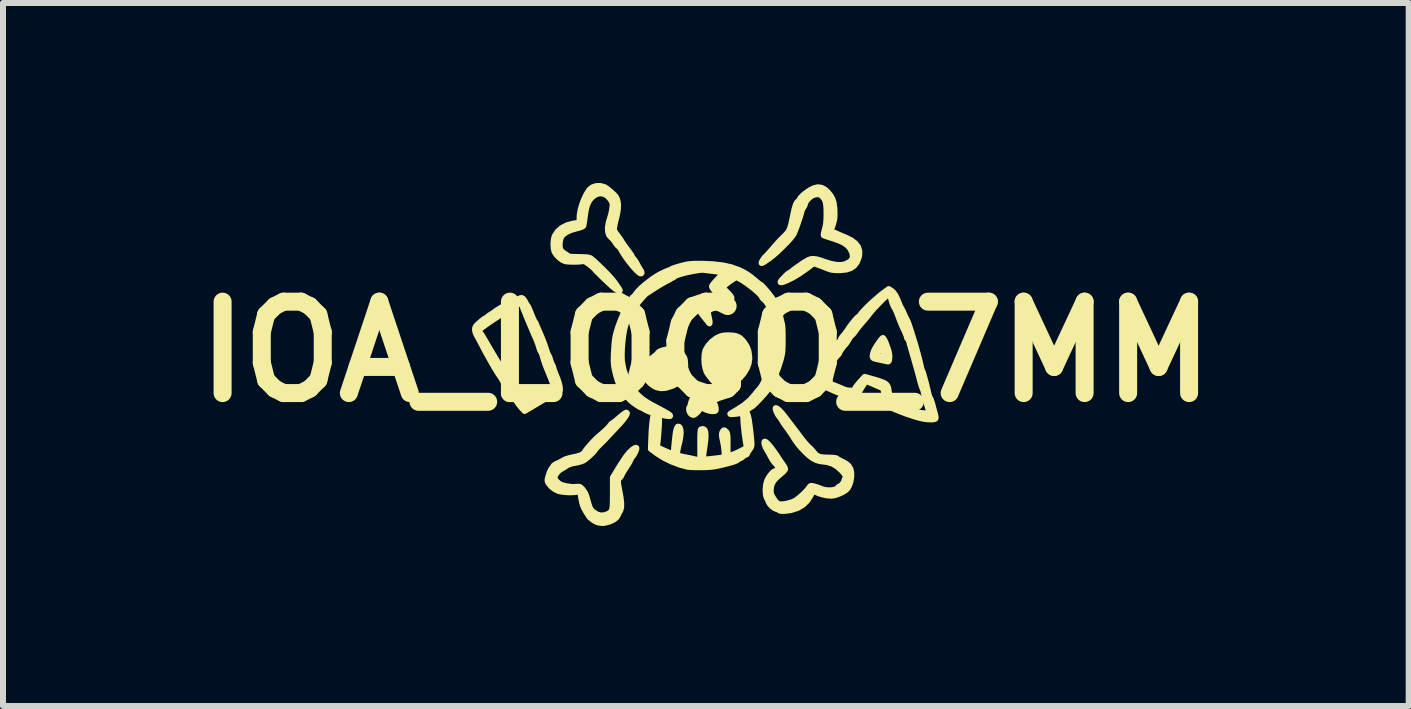
<source format=kicad_pcb>
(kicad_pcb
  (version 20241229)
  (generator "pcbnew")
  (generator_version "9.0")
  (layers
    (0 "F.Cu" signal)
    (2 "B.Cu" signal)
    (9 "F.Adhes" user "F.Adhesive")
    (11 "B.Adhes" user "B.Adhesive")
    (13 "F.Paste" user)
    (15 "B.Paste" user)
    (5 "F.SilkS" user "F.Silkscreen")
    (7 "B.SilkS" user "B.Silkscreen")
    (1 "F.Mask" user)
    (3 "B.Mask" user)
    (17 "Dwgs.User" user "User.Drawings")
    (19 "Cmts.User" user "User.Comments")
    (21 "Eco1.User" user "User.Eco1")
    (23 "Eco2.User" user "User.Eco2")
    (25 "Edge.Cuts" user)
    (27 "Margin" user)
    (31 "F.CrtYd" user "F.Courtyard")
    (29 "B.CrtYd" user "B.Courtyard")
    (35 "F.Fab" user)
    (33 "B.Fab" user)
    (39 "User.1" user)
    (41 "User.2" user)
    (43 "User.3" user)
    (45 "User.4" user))
  (footprint "IOA_LOGO_7MM"
    (layer "F.Cu")
    (at 8.716 2.813)
    (property "Reference" "IOA_LOGO_7MM" (at 0 0 0) (layer "F.SilkS") (effects (font (size 1.524 1.524) (thickness 0.3))))
    (attr through_hole)
    (fp_poly (pts (xy 0.724 0.124) (xy 0.712 0.2) (xy 0.681 0.279) (xy 0.633 0.357) (xy 0.574 0.428) (xy 0.507 0.488) (xy 0.436 0.531) (xy 0.396 0.546) (xy 0.348 0.554) (xy 0.292 0.557) (xy 0.239 0.555) (xy 0.199 0.548) (xy 0.196 0.546) (xy 0.169 0.528) (xy 0.134 0.495) (xy 0.095 0.451) (xy 0.058 0.404) (xy 0.027 0.359) (xy 0.011 0.331) (xy -0.008 0.272) (xy -0.021 0.2) (xy -0.025 0.123) (xy -0.021 0.049) (xy -0.009 -0.012) (xy -0.003 -0.029) (xy 0.041 -0.102) (xy 0.103 -0.17) (xy 0.175 -0.224) (xy 0.201 -0.238) (xy 0.243 -0.256) (xy 0.282 -0.267) (xy 0.327 -0.272) (xy 0.381 -0.273) (xy 0.458 -0.269) (xy 0.517 -0.256) (xy 0.566 -0.231) (xy 0.61 -0.189) (xy 0.64 -0.153) (xy 0.684 -0.083) (xy 0.711 -0.008) (xy 0.723 0.079) (xy 0.724 0.124)) (stroke (width 0.1) (type solid)) (fill yes) (layer "F.SilkS"))
    (fp_poly (pts (xy 0.165 0.96) (xy 0.163 0.979) (xy 0.15 0.988) (xy 0.122 0.99) (xy 0.107 0.991) (xy 0.064 0.985) (xy 0.016 0.971) (xy -0.026 0.952) (xy -0.054 0.932) (xy -0.057 0.927) (xy -0.073 0.915) (xy -0.087 0.922) (xy -0.089 0.933) (xy -0.098 0.954) (xy -0.121 0.984) (xy -0.15 1.015) (xy -0.18 1.04) (xy -0.203 1.053) (xy -0.208 1.054) (xy -0.232 1.046) (xy -0.254 1.029) (xy -0.27 1.002) (xy -0.279 0.968) (xy -0.278 0.938) (xy -0.268 0.922) (xy -0.259 0.906) (xy -0.251 0.875) (xy -0.25 0.867) (xy -0.242 0.838) (xy -0.226 0.796) (xy -0.205 0.747) (xy -0.182 0.697) (xy -0.159 0.65) (xy -0.139 0.612) (xy -0.124 0.589) (xy -0.118 0.584) (xy -0.105 0.593) (xy -0.079 0.616) (xy -0.042 0.651) (xy 0.001 0.694) (xy 0.009 0.702) (xy 0.074 0.77) (xy 0.119 0.829) (xy 0.148 0.88) (xy 0.163 0.928) (xy 0.165 0.96)) (stroke (width 0.1) (type solid)) (fill yes) (layer "F.SilkS"))
    (fp_poly (pts (xy -0.341 0.326) (xy -0.406 0.422) (xy -0.441 0.473) (xy -0.467 0.508) (xy -0.49 0.531) (xy -0.515 0.547) (xy -0.549 0.563) (xy -0.589 0.578) (xy -0.673 0.603) (xy -0.745 0.608) (xy -0.812 0.595) (xy -0.859 0.575) (xy -0.915 0.535) (xy -0.966 0.485) (xy -0.971 0.478) (xy -0.997 0.442) (xy -1.011 0.414) (xy -1.015 0.383) (xy -1.014 0.339) (xy -1.014 0.335) (xy -1.006 0.277) (xy -0.992 0.237) (xy -0.98 0.219) (xy -0.957 0.186) (xy -0.94 0.156) (xy -0.94 0.156) (xy -0.923 0.133) (xy -0.893 0.104) (xy -0.864 0.082) (xy -0.831 0.056) (xy -0.807 0.035) (xy -0.8 0.024) (xy -0.789 0.008) (xy -0.758 -0.009) (xy -0.716 -0.024) (xy -0.668 -0.035) (xy -0.625 -0.038) (xy -0.536 -0.03) (xy -0.463 -0.005) (xy -0.406 0.038) (xy -0.392 0.055) (xy -0.371 0.083) (xy -0.358 0.108) (xy -0.351 0.137) (xy -0.347 0.18) (xy -0.345 0.217) (xy -0.341 0.326)) (stroke (width 0.1) (type solid)) (fill yes) (layer "F.SilkS"))
    (fp_poly (pts (xy 3.059 0.087) (xy 3.056 0.127) (xy 3.049 0.155) (xy 3.038 0.163) (xy 3.023 0.16) (xy 2.988 0.153) (xy 2.979 0.151) (xy 2.979 0.1) (xy 2.977 0.089) (xy 2.974 0.059) (xy 2.968 0.016) (xy 2.967 0.006) (xy 2.96 -0.039) (xy 2.953 -0.073) (xy 2.948 -0.088) (xy 2.947 -0.089) (xy 2.932 -0.079) (xy 2.911 -0.054) (xy 2.887 -0.02) (xy 2.864 0.015) (xy 2.849 0.045) (xy 2.845 0.059) (xy 2.856 0.07) (xy 2.885 0.08) (xy 2.911 0.086) (xy 2.949 0.093) (xy 2.973 0.099) (xy 2.979 0.1) (xy 2.979 0.151) (xy 2.94 0.143) (xy 2.905 0.135) (xy 2.849 0.123) (xy 2.813 0.114) (xy 2.793 0.105) (xy 2.784 0.094) (xy 2.781 0.079) (xy 2.781 0.073) (xy 2.786 0.037) (xy 2.798 -0.004) (xy 2.801 -0.01) (xy 2.818 -0.045) (xy 2.843 -0.087) (xy 2.872 -0.132) (xy 2.901 -0.173) (xy 2.927 -0.206) (xy 2.946 -0.226) (xy 2.952 -0.229) (xy 2.963 -0.217) (xy 2.98 -0.187) (xy 2.999 -0.144) (xy 3.018 -0.094) (xy 3.036 -0.043) (xy 3.05 0.004) (xy 3.057 0.041) (xy 3.057 0.042) (xy 3.059 0.087)) (stroke (width 0.1) (type solid)) (fill yes) (layer "F.SilkS"))
    (fp_poly (pts (xy 2.558 -1.68) (xy 2.556 -1.605) (xy 2.546 -1.566) (xy 2.516 -1.491) (xy 2.472 -1.434) (xy 2.414 -1.394) (xy 2.339 -1.37) (xy 2.245 -1.36) (xy 2.212 -1.359) (xy 2.148 -1.361) (xy 2.098 -1.367) (xy 2.05 -1.381) (xy 2.013 -1.395) (xy 1.958 -1.417) (xy 1.902 -1.438) (xy 1.86 -1.453) (xy 1.797 -1.476) (xy 1.687 -1.393) (xy 1.559 -1.303) (xy 1.441 -1.233) (xy 1.345 -1.187) (xy 1.293 -1.166) (xy 1.261 -1.157) (xy 1.247 -1.159) (xy 1.247 -1.167) (xy 1.258 -1.184) (xy 1.281 -1.211) (xy 1.311 -1.242) (xy 1.342 -1.273) (xy 1.368 -1.297) (xy 1.383 -1.308) (xy 1.385 -1.308) (xy 1.401 -1.316) (xy 1.427 -1.335) (xy 1.438 -1.344) (xy 1.465 -1.366) (xy 1.508 -1.397) (xy 1.559 -1.433) (xy 1.605 -1.465) (xy 1.664 -1.503) (xy 1.711 -1.529) (xy 1.753 -1.544) (xy 1.796 -1.547) (xy 1.844 -1.54) (xy 1.905 -1.523) (xy 1.979 -1.497) (xy 2.087 -1.464) (xy 2.178 -1.447) (xy 2.256 -1.445) (xy 2.324 -1.459) (xy 2.386 -1.49) (xy 2.41 -1.506) (xy 2.442 -1.543) (xy 2.452 -1.59) (xy 2.441 -1.649) (xy 2.431 -1.674) (xy 2.402 -1.728) (xy 2.36 -1.774) (xy 2.303 -1.815) (xy 2.227 -1.851) (xy 2.13 -1.886) (xy 2.108 -1.893) (xy 2.053 -1.91) (xy 2.008 -1.925) (xy 1.977 -1.936) (xy 1.966 -1.941) (xy 1.965 -1.957) (xy 1.971 -1.989) (xy 1.982 -2.033) (xy 1.984 -2.038) (xy 1.996 -2.088) (xy 2.005 -2.142) (xy 2.01 -2.205) (xy 2.012 -2.287) (xy 2.012 -2.292) (xy 2.011 -2.38) (xy 2.006 -2.446) (xy 1.997 -2.497) (xy 1.982 -2.538) (xy 1.959 -2.572) (xy 1.944 -2.59) (xy 1.906 -2.619) (xy 1.864 -2.628) (xy 1.811 -2.619) (xy 1.775 -2.605) (xy 1.737 -2.581) (xy 1.7 -2.546) (xy 1.669 -2.507) (xy 1.653 -2.471) (xy 1.651 -2.459) (xy 1.644 -2.437) (xy 1.628 -2.412) (xy 1.607 -2.376) (xy 1.595 -2.343) (xy 1.583 -2.297) (xy 1.565 -2.237) (xy 1.542 -2.17) (xy 1.519 -2.102) (xy 1.496 -2.041) (xy 1.477 -1.992) (xy 1.466 -1.968) (xy 1.442 -1.932) (xy 1.406 -1.886) (xy 1.354 -1.829) (xy 1.286 -1.76) (xy 1.2 -1.676) (xy 1.192 -1.669) (xy 1.153 -1.634) (xy 1.108 -1.597) (xy 1.06 -1.56) (xy 1.013 -1.527) (xy 0.974 -1.5) (xy 0.944 -1.483) (xy 0.93 -1.479) (xy 0.93 -1.479) (xy 0.932 -1.493) (xy 0.945 -1.518) (xy 0.964 -1.547) (xy 0.983 -1.572) (xy 0.996 -1.584) (xy 1.01 -1.597) (xy 1.037 -1.626) (xy 1.072 -1.666) (xy 1.112 -1.712) (xy 1.114 -1.714) (xy 1.16 -1.768) (xy 1.208 -1.821) (xy 1.25 -1.866) (xy 1.278 -1.894) (xy 1.318 -1.933) (xy 1.349 -1.966) (xy 1.374 -1.997) (xy 1.393 -2.031) (xy 1.409 -2.073) (xy 1.424 -2.126) (xy 1.439 -2.195) (xy 1.458 -2.284) (xy 1.46 -2.297) (xy 1.48 -2.384) (xy 1.499 -2.447) (xy 1.519 -2.488) (xy 1.54 -2.508) (xy 1.543 -2.51) (xy 1.559 -2.526) (xy 1.567 -2.544) (xy 1.58 -2.565) (xy 1.608 -2.595) (xy 1.645 -2.628) (xy 1.647 -2.63) (xy 1.73 -2.689) (xy 1.802 -2.726) (xy 1.867 -2.741) (xy 1.927 -2.733) (xy 1.983 -2.704) (xy 2.032 -2.659) (xy 2.078 -2.603) (xy 2.11 -2.546) (xy 2.13 -2.483) (xy 2.141 -2.405) (xy 2.144 -2.353) (xy 2.145 -2.284) (xy 2.143 -2.231) (xy 2.135 -2.185) (xy 2.122 -2.135) (xy 2.107 -2.09) (xy 2.093 -2.056) (xy 2.083 -2.038) (xy 2.082 -2.038) (xy 2.078 -2.024) (xy 2.088 -2.006) (xy 2.106 -1.995) (xy 2.112 -1.994) (xy 2.13 -1.989) (xy 2.162 -1.976) (xy 2.177 -1.969) (xy 2.214 -1.952) (xy 2.265 -1.93) (xy 2.319 -1.908) (xy 2.329 -1.904) (xy 2.422 -1.858) (xy 2.491 -1.806) (xy 2.536 -1.747) (xy 2.558 -1.68)) (stroke (width 0.1) (type solid)) (fill yes) (layer "F.SilkS"))
    (fp_poly (pts (xy -1.072 -1.313) (xy -1.077 -1.306) (xy -1.092 -1.307) (xy -1.119 -1.326) (xy -1.155 -1.359) (xy -1.197 -1.404) (xy -1.242 -1.458) (xy -1.288 -1.516) (xy -1.332 -1.576) (xy -1.371 -1.634) (xy -1.402 -1.688) (xy -1.407 -1.697) (xy -1.428 -1.73) (xy -1.447 -1.753) (xy -1.453 -1.757) (xy -1.47 -1.771) (xy -1.494 -1.801) (xy -1.511 -1.827) (xy -1.538 -1.866) (xy -1.566 -1.897) (xy -1.581 -1.91) (xy -1.613 -1.946) (xy -1.63 -2) (xy -1.633 -2.069) (xy -1.619 -2.151) (xy -1.6 -2.217) (xy -1.579 -2.287) (xy -1.564 -2.357) (xy -1.555 -2.419) (xy -1.554 -2.467) (xy -1.556 -2.479) (xy -1.574 -2.519) (xy -1.607 -2.564) (xy -1.647 -2.603) (xy -1.678 -2.623) (xy -1.739 -2.641) (xy -1.802 -2.635) (xy -1.863 -2.605) (xy -1.865 -2.603) (xy -1.914 -2.56) (xy -1.953 -2.506) (xy -1.982 -2.44) (xy -2.003 -2.356) (xy -2.019 -2.251) (xy -2.021 -2.236) (xy -2.027 -2.182) (xy -2.035 -2.136) (xy -2.041 -2.105) (xy -2.044 -2.097) (xy -2.062 -2.085) (xy -2.099 -2.071) (xy -2.151 -2.057) (xy -2.161 -2.055) (xy -2.255 -2.027) (xy -2.332 -1.99) (xy -2.39 -1.945) (xy -2.405 -1.927) (xy -2.422 -1.889) (xy -2.434 -1.836) (xy -2.438 -1.778) (xy -2.433 -1.726) (xy -2.426 -1.704) (xy -2.406 -1.674) (xy -2.373 -1.646) (xy -2.363 -1.64) (xy -2.33 -1.62) (xy -2.305 -1.601) (xy -2.301 -1.596) (xy -2.286 -1.589) (xy -2.255 -1.583) (xy -2.205 -1.58) (xy -2.133 -1.579) (xy -2.123 -1.578) (xy -2.046 -1.577) (xy -1.99 -1.574) (xy -1.952 -1.568) (xy -1.925 -1.559) (xy -1.923 -1.558) (xy -1.901 -1.542) (xy -1.865 -1.511) (xy -1.82 -1.469) (xy -1.768 -1.419) (xy -1.713 -1.366) (xy -1.66 -1.312) (xy -1.612 -1.261) (xy -1.572 -1.218) (xy -1.572 -1.217) (xy -1.546 -1.186) (xy -1.517 -1.147) (xy -1.487 -1.105) (xy -1.461 -1.067) (xy -1.442 -1.037) (xy -1.435 -1.021) (xy -1.435 -1.021) (xy -1.444 -1.016) (xy -1.472 -1.028) (xy -1.501 -1.045) (xy -1.524 -1.062) (xy -1.561 -1.093) (xy -1.607 -1.135) (xy -1.659 -1.184) (xy -1.712 -1.234) (xy -1.763 -1.284) (xy -1.807 -1.328) (xy -1.841 -1.363) (xy -1.858 -1.383) (xy -1.875 -1.401) (xy -1.907 -1.428) (xy -1.946 -1.459) (xy -1.949 -1.462) (xy -1.992 -1.492) (xy -2.022 -1.508) (xy -2.044 -1.513) (xy -2.057 -1.51) (xy -2.094 -1.504) (xy -2.146 -1.501) (xy -2.208 -1.5) (xy -2.269 -1.502) (xy -2.321 -1.506) (xy -2.352 -1.512) (xy -2.395 -1.533) (xy -2.442 -1.569) (xy -2.486 -1.613) (xy -2.517 -1.658) (xy -2.525 -1.676) (xy -2.536 -1.728) (xy -2.54 -1.791) (xy -2.536 -1.855) (xy -2.525 -1.909) (xy -2.518 -1.928) (xy -2.469 -2.003) (xy -2.4 -2.063) (xy -2.314 -2.108) (xy -2.212 -2.135) (xy -2.175 -2.141) (xy -2.1 -2.149) (xy -2.105 -2.208) (xy -2.103 -2.276) (xy -2.089 -2.357) (xy -2.065 -2.446) (xy -2.032 -2.534) (xy -1.994 -2.615) (xy -1.953 -2.682) (xy -1.938 -2.702) (xy -1.889 -2.741) (xy -1.828 -2.761) (xy -1.761 -2.763) (xy -1.693 -2.745) (xy -1.677 -2.737) (xy -1.652 -2.72) (xy -1.616 -2.692) (xy -1.576 -2.657) (xy -1.567 -2.649) (xy -1.525 -2.61) (xy -1.499 -2.578) (xy -1.483 -2.547) (xy -1.473 -2.513) (xy -1.464 -2.458) (xy -1.465 -2.396) (xy -1.474 -2.323) (xy -1.494 -2.233) (xy -1.507 -2.182) (xy -1.52 -2.127) (xy -1.529 -2.077) (xy -1.533 -2.042) (xy -1.532 -2.03) (xy -1.52 -2.004) (xy -1.497 -1.968) (xy -1.474 -1.937) (xy -1.445 -1.899) (xy -1.422 -1.866) (xy -1.411 -1.848) (xy -1.399 -1.827) (xy -1.375 -1.792) (xy -1.343 -1.747) (xy -1.316 -1.71) (xy -1.282 -1.664) (xy -1.254 -1.625) (xy -1.237 -1.598) (xy -1.232 -1.587) (xy -1.224 -1.57) (xy -1.207 -1.55) (xy -1.186 -1.523) (xy -1.162 -1.486) (xy -1.154 -1.471) (xy -1.129 -1.425) (xy -1.101 -1.378) (xy -1.095 -1.368) (xy -1.075 -1.334) (xy -1.072 -1.313)) (stroke (width 0.1) (type solid)) (fill yes) (layer "F.SilkS"))
    (fp_poly (pts (xy 2.424 2.019) (xy 2.423 2.089) (xy 2.411 2.163) (xy 2.388 2.23) (xy 2.36 2.279) (xy 2.324 2.312) (xy 2.271 2.344) (xy 2.209 2.372) (xy 2.147 2.392) (xy 2.093 2.4) (xy 2.089 2.4) (xy 2.022 2.395) (xy 1.948 2.38) (xy 1.879 2.358) (xy 1.83 2.336) (xy 1.803 2.321) (xy 1.786 2.314) (xy 1.785 2.314) (xy 1.779 2.327) (xy 1.765 2.355) (xy 1.748 2.39) (xy 1.692 2.48) (xy 1.618 2.552) (xy 1.528 2.605) (xy 1.423 2.638) (xy 1.401 2.642) (xy 1.334 2.651) (xy 1.279 2.654) (xy 1.242 2.651) (xy 1.226 2.643) (xy 1.21 2.632) (xy 1.181 2.622) (xy 1.141 2.605) (xy 1.1 2.573) (xy 1.066 2.535) (xy 1.048 2.502) (xy 1.034 2.467) (xy 1.018 2.438) (xy 1.004 2.399) (xy 0.997 2.343) (xy 0.997 2.279) (xy 1.005 2.215) (xy 1.019 2.158) (xy 1.026 2.14) (xy 1.051 2.096) (xy 1.081 2.054) (xy 1.111 2.019) (xy 1.138 1.998) (xy 1.15 1.994) (xy 1.171 1.986) (xy 1.194 1.971) (xy 1.213 1.954) (xy 1.215 1.939) (xy 1.203 1.915) (xy 1.2 1.91) (xy 1.175 1.876) (xy 1.149 1.848) (xy 1.129 1.824) (xy 1.104 1.785) (xy 1.079 1.74) (xy 1.079 1.74) (xy 1.055 1.694) (xy 1.032 1.653) (xy 1.015 1.626) (xy 0.997 1.592) (xy 0.983 1.556) (xy 0.976 1.523) (xy 0.977 1.503) (xy 0.983 1.499) (xy 1.005 1.509) (xy 1.037 1.54) (xy 1.078 1.588) (xy 1.125 1.651) (xy 1.174 1.721) (xy 1.21 1.775) (xy 1.244 1.826) (xy 1.273 1.868) (xy 1.289 1.891) (xy 1.309 1.923) (xy 1.32 1.951) (xy 1.321 1.957) (xy 1.311 1.974) (xy 1.286 2.002) (xy 1.249 2.035) (xy 1.238 2.044) (xy 1.172 2.101) (xy 1.126 2.154) (xy 1.098 2.208) (xy 1.084 2.268) (xy 1.082 2.291) (xy 1.081 2.337) (xy 1.087 2.372) (xy 1.102 2.406) (xy 1.12 2.437) (xy 1.155 2.491) (xy 1.187 2.525) (xy 1.22 2.542) (xy 1.262 2.546) (xy 1.315 2.54) (xy 1.373 2.528) (xy 1.432 2.51) (xy 1.47 2.496) (xy 1.514 2.469) (xy 1.567 2.428) (xy 1.623 2.378) (xy 1.675 2.325) (xy 1.717 2.275) (xy 1.722 2.268) (xy 1.738 2.246) (xy 1.753 2.237) (xy 1.776 2.239) (xy 1.81 2.247) (xy 1.86 2.262) (xy 1.91 2.281) (xy 1.925 2.288) (xy 1.973 2.303) (xy 2.029 2.31) (xy 2.086 2.31) (xy 2.138 2.303) (xy 2.178 2.289) (xy 2.201 2.269) (xy 2.202 2.266) (xy 2.219 2.25) (xy 2.228 2.248) (xy 2.247 2.238) (xy 2.272 2.213) (xy 2.295 2.183) (xy 2.309 2.154) (xy 2.311 2.143) (xy 2.318 2.12) (xy 2.324 2.115) (xy 2.337 2.094) (xy 2.327 2.061) (xy 2.296 2.015) (xy 2.265 1.98) (xy 2.19 1.913) (xy 2.113 1.867) (xy 2.028 1.84) (xy 1.959 1.831) (xy 1.891 1.821) (xy 1.83 1.801) (xy 1.773 1.769) (xy 1.712 1.722) (xy 1.645 1.658) (xy 1.577 1.585) (xy 1.521 1.516) (xy 1.47 1.441) (xy 1.448 1.404) (xy 1.424 1.367) (xy 1.391 1.32) (xy 1.357 1.272) (xy 1.355 1.27) (xy 1.322 1.225) (xy 1.294 1.184) (xy 1.275 1.153) (xy 1.274 1.15) (xy 1.25 1.112) (xy 1.225 1.079) (xy 1.206 1.054) (xy 1.188 1.021) (xy 1.173 0.986) (xy 1.164 0.958) (xy 1.164 0.941) (xy 1.167 0.94) (xy 1.19 0.95) (xy 1.225 0.979) (xy 1.267 1.024) (xy 1.315 1.083) (xy 1.319 1.089) (xy 1.355 1.136) (xy 1.389 1.181) (xy 1.416 1.215) (xy 1.422 1.224) (xy 1.442 1.249) (xy 1.472 1.29) (xy 1.511 1.341) (xy 1.553 1.397) (xy 1.565 1.413) (xy 1.608 1.469) (xy 1.65 1.52) (xy 1.686 1.561) (xy 1.713 1.589) (xy 1.719 1.593) (xy 1.754 1.626) (xy 1.789 1.666) (xy 1.797 1.676) (xy 1.827 1.713) (xy 1.862 1.739) (xy 1.906 1.755) (xy 1.964 1.763) (xy 2.042 1.765) (xy 2.043 1.765) (xy 2.106 1.767) (xy 2.151 1.771) (xy 2.176 1.777) (xy 2.179 1.779) (xy 2.194 1.791) (xy 2.226 1.809) (xy 2.265 1.828) (xy 2.333 1.865) (xy 2.379 1.904) (xy 2.408 1.951) (xy 2.412 1.96) (xy 2.424 2.019)) (stroke (width 0.1) (type solid)) (fill yes) (layer "F.SilkS"))
    (fp_poly (pts (xy -1.159 1.605) (xy -1.159 1.621) (xy -1.169 1.65) (xy -1.184 1.685) (xy -1.202 1.717) (xy -1.219 1.74) (xy -1.22 1.74) (xy -1.238 1.765) (xy -1.256 1.799) (xy -1.257 1.802) (xy -1.273 1.835) (xy -1.299 1.878) (xy -1.328 1.924) (xy -1.328 1.924) (xy -1.358 1.97) (xy -1.385 2.015) (xy -1.402 2.049) (xy -1.417 2.078) (xy -1.43 2.095) (xy -1.433 2.095) (xy -1.446 2.106) (xy -1.459 2.13) (xy -1.464 2.151) (xy -1.465 2.178) (xy -1.461 2.217) (xy -1.451 2.273) (xy -1.442 2.318) (xy -1.421 2.431) (xy -1.411 2.523) (xy -1.412 2.592) (xy -1.424 2.641) (xy -1.432 2.655) (xy -1.453 2.691) (xy -1.467 2.724) (xy -1.493 2.765) (xy -1.543 2.802) (xy -1.611 2.832) (xy -1.632 2.838) (xy -1.68 2.85) (xy -1.717 2.855) (xy -1.755 2.852) (xy -1.793 2.846) (xy -1.834 2.831) (xy -1.874 2.807) (xy -1.878 2.804) (xy -1.905 2.782) (xy -1.925 2.768) (xy -1.927 2.767) (xy -1.938 2.754) (xy -1.958 2.725) (xy -1.984 2.685) (xy -1.996 2.664) (xy -2.028 2.608) (xy -2.049 2.559) (xy -2.064 2.505) (xy -2.075 2.447) (xy -2.084 2.395) (xy -2.091 2.352) (xy -2.095 2.325) (xy -2.095 2.319) (xy -2.105 2.318) (xy -2.124 2.327) (xy -2.156 2.336) (xy -2.206 2.341) (xy -2.266 2.343) (xy -2.331 2.34) (xy -2.393 2.334) (xy -2.444 2.324) (xy -2.459 2.32) (xy -2.522 2.288) (xy -2.581 2.241) (xy -2.624 2.186) (xy -2.629 2.178) (xy -2.637 2.158) (xy -2.638 2.135) (xy -2.631 2.102) (xy -2.619 2.059) (xy -2.602 2.011) (xy -2.583 1.969) (xy -2.566 1.944) (xy -2.566 1.944) (xy -2.547 1.921) (xy -2.54 1.904) (xy -2.529 1.893) (xy -2.501 1.875) (xy -2.468 1.859) (xy -2.423 1.838) (xy -2.383 1.817) (xy -2.363 1.804) (xy -2.336 1.792) (xy -2.292 1.778) (xy -2.238 1.764) (xy -2.216 1.76) (xy -2.142 1.744) (xy -2.089 1.727) (xy -2.052 1.709) (xy -2.027 1.686) (xy -2.012 1.662) (xy -1.995 1.637) (xy -1.965 1.6) (xy -1.926 1.555) (xy -1.884 1.508) (xy -1.842 1.465) (xy -1.807 1.431) (xy -1.798 1.424) (xy -1.724 1.359) (xy -1.668 1.309) (xy -1.628 1.27) (xy -1.603 1.241) (xy -1.596 1.231) (xy -1.577 1.206) (xy -1.562 1.194) (xy -1.561 1.194) (xy -1.547 1.186) (xy -1.519 1.165) (xy -1.481 1.134) (xy -1.447 1.105) (xy -1.403 1.068) (xy -1.365 1.039) (xy -1.337 1.021) (xy -1.326 1.016) (xy -1.316 1.024) (xy -1.323 1.049) (xy -1.347 1.087) (xy -1.384 1.137) (xy -1.435 1.197) (xy -1.497 1.263) (xy -1.546 1.315) (xy -1.591 1.363) (xy -1.628 1.402) (xy -1.653 1.429) (xy -1.659 1.436) (xy -1.68 1.459) (xy -1.714 1.493) (xy -1.754 1.533) (xy -1.77 1.549) (xy -1.807 1.586) (xy -1.835 1.617) (xy -1.852 1.637) (xy -1.854 1.641) (xy -1.863 1.656) (xy -1.887 1.682) (xy -1.921 1.715) (xy -1.959 1.75) (xy -1.997 1.781) (xy -2.029 1.805) (xy -2.044 1.814) (xy -2.085 1.83) (xy -2.135 1.844) (xy -2.153 1.847) (xy -2.237 1.863) (xy -2.299 1.885) (xy -2.33 1.904) (xy -2.358 1.923) (xy -2.395 1.944) (xy -2.405 1.949) (xy -2.459 1.987) (xy -2.5 2.038) (xy -2.521 2.086) (xy -2.524 2.11) (xy -2.514 2.132) (xy -2.49 2.161) (xy -2.481 2.17) (xy -2.45 2.197) (xy -2.419 2.216) (xy -2.377 2.23) (xy -2.333 2.241) (xy -2.24 2.255) (xy -2.168 2.254) (xy -2.128 2.25) (xy -2.103 2.253) (xy -2.082 2.268) (xy -2.054 2.297) (xy -2.008 2.366) (xy -1.988 2.422) (xy -1.967 2.498) (xy -1.951 2.553) (xy -1.937 2.593) (xy -1.924 2.621) (xy -1.909 2.642) (xy -1.892 2.66) (xy -1.884 2.667) (xy -1.818 2.711) (xy -1.751 2.731) (xy -1.682 2.724) (xy -1.643 2.71) (xy -1.614 2.695) (xy -1.591 2.68) (xy -1.575 2.66) (xy -1.563 2.633) (xy -1.556 2.596) (xy -1.552 2.544) (xy -1.55 2.474) (xy -1.549 2.383) (xy -1.549 2.361) (xy -1.549 2.097) (xy -1.458 1.947) (xy -1.418 1.883) (xy -1.376 1.819) (xy -1.337 1.761) (xy -1.305 1.718) (xy -1.304 1.717) (xy -1.265 1.672) (xy -1.227 1.636) (xy -1.193 1.612) (xy -1.168 1.602) (xy -1.159 1.605)) (stroke (width 0.1) (type solid)) (fill yes) (layer "F.SilkS"))
    (fp_poly (pts (xy -2.432 0.638) (xy -2.534 0.699) (xy -2.534 0.59) (xy -2.538 0.566) (xy -2.549 0.532) (xy -2.566 0.484) (xy -2.592 0.419) (xy -2.626 0.335) (xy -2.64 0.301) (xy -2.665 0.239) (xy -2.688 0.175) (xy -2.706 0.12) (xy -2.712 0.098) (xy -2.725 0.053) (xy -2.739 0.017) (xy -2.749 0) (xy -2.761 -0.023) (xy -2.775 -0.06) (xy -2.781 -0.083) (xy -2.796 -0.129) (xy -2.816 -0.184) (xy -2.835 -0.229) (xy -2.86 -0.284) (xy -2.889 -0.353) (xy -2.922 -0.43) (xy -2.956 -0.51) (xy -2.988 -0.588) (xy -3.016 -0.658) (xy -3.04 -0.716) (xy -3.055 -0.756) (xy -3.056 -0.759) (xy -3.071 -0.795) (xy -3.084 -0.82) (xy -3.092 -0.826) (xy -3.108 -0.818) (xy -3.133 -0.798) (xy -3.136 -0.795) (xy -3.16 -0.776) (xy -3.201 -0.749) (xy -3.251 -0.718) (xy -3.296 -0.691) (xy -3.363 -0.652) (xy -3.434 -0.608) (xy -3.506 -0.562) (xy -3.575 -0.516) (xy -3.64 -0.471) (xy -3.698 -0.43) (xy -3.745 -0.395) (xy -3.779 -0.367) (xy -3.797 -0.349) (xy -3.796 -0.343) (xy -3.796 -0.343) (xy -3.787 -0.34) (xy -3.776 -0.332) (xy -3.762 -0.314) (xy -3.743 -0.286) (xy -3.716 -0.244) (xy -3.682 -0.187) (xy -3.638 -0.111) (xy -3.605 -0.055) (xy -3.564 0.015) (xy -3.523 0.084) (xy -3.485 0.147) (xy -3.454 0.197) (xy -3.439 0.219) (xy -3.406 0.269) (xy -3.372 0.321) (xy -3.346 0.362) (xy -3.297 0.44) (xy -3.258 0.501) (xy -3.227 0.546) (xy -3.202 0.58) (xy -3.2 0.582) (xy -3.18 0.609) (xy -3.151 0.651) (xy -3.118 0.703) (xy -3.093 0.741) (xy -3.06 0.793) (xy -3.037 0.827) (xy -3.021 0.845) (xy -3.008 0.851) (xy -2.997 0.847) (xy -2.992 0.844) (xy -2.972 0.833) (xy -2.934 0.813) (xy -2.882 0.786) (xy -2.821 0.754) (xy -2.776 0.732) (xy -2.712 0.699) (xy -2.655 0.672) (xy -2.61 0.651) (xy -2.58 0.638) (xy -2.571 0.635) (xy -2.551 0.626) (xy -2.54 0.616) (xy -2.535 0.605) (xy -2.534 0.59) (xy -2.534 0.699) (xy -2.565 0.717) (xy -2.629 0.755) (xy -2.706 0.8) (xy -2.785 0.847) (xy -2.858 0.89) (xy -2.86 0.892) (xy -3.021 0.987) (xy -3.065 0.941) (xy -3.101 0.898) (xy -3.148 0.834) (xy -3.204 0.751) (xy -3.269 0.648) (xy -3.271 0.644) (xy -3.296 0.608) (xy -3.319 0.58) (xy -3.332 0.569) (xy -3.349 0.554) (xy -3.353 0.546) (xy -3.359 0.53) (xy -3.375 0.5) (xy -3.396 0.463) (xy -3.418 0.427) (xy -3.438 0.397) (xy -3.445 0.387) (xy -3.461 0.364) (xy -3.487 0.323) (xy -3.52 0.268) (xy -3.557 0.204) (xy -3.597 0.134) (xy -3.636 0.064) (xy -3.673 -0.002) (xy -3.704 -0.06) (xy -3.705 -0.064) (xy -3.738 -0.126) (xy -3.769 -0.185) (xy -3.796 -0.235) (xy -3.815 -0.269) (xy -3.818 -0.273) (xy -3.837 -0.315) (xy -3.847 -0.359) (xy -3.848 -0.37) (xy -3.846 -0.394) (xy -3.837 -0.416) (xy -3.818 -0.44) (xy -3.784 -0.472) (xy -3.766 -0.488) (xy -3.729 -0.52) (xy -3.7 -0.542) (xy -3.685 -0.552) (xy -3.683 -0.551) (xy -3.675 -0.552) (xy -3.655 -0.568) (xy -3.648 -0.574) (xy -3.615 -0.601) (xy -3.583 -0.622) (xy -3.581 -0.623) (xy -3.55 -0.642) (xy -3.515 -0.667) (xy -3.512 -0.67) (xy -3.476 -0.695) (xy -3.425 -0.727) (xy -3.364 -0.762) (xy -3.3 -0.797) (xy -3.24 -0.828) (xy -3.19 -0.85) (xy -3.181 -0.854) (xy -3.141 -0.87) (xy -3.107 -0.885) (xy -3.095 -0.891) (xy -3.07 -0.896) (xy -3.046 -0.881) (xy -3.02 -0.844) (xy -3.007 -0.82) (xy -2.989 -0.787) (xy -2.975 -0.766) (xy -2.971 -0.762) (xy -2.962 -0.748) (xy -2.947 -0.715) (xy -2.928 -0.67) (xy -2.914 -0.635) (xy -2.893 -0.582) (xy -2.873 -0.536) (xy -2.857 -0.504) (xy -2.85 -0.494) (xy -2.835 -0.473) (xy -2.832 -0.464) (xy -2.827 -0.449) (xy -2.813 -0.416) (xy -2.793 -0.37) (xy -2.77 -0.319) (xy -2.741 -0.25) (xy -2.711 -0.175) (xy -2.685 -0.105) (xy -2.674 -0.07) (xy -2.657 -0.018) (xy -2.641 0.027) (xy -2.627 0.056) (xy -2.623 0.064) (xy -2.609 0.089) (xy -2.598 0.124) (xy -2.597 0.127) (xy -2.584 0.17) (xy -2.565 0.212) (xy -2.564 0.213) (xy -2.548 0.246) (xy -2.54 0.271) (xy -2.54 0.274) (xy -2.535 0.293) (xy -2.522 0.329) (xy -2.504 0.377) (xy -2.49 0.41) (xy -2.468 0.467) (xy -2.45 0.522) (xy -2.439 0.567) (xy -2.436 0.583) (xy -2.432 0.638)) (stroke (width 0.1) (type solid)) (fill yes) (layer "F.SilkS"))
    (fp_poly (pts (xy 3.83 1.099) (xy 3.826 1.114) (xy 3.821 1.119) (xy 3.794 1.126) (xy 3.75 1.128) (xy 3.73 1.127) (xy 3.73 1.013) (xy 3.715 0.97) (xy 3.697 0.915) (xy 3.679 0.853) (xy 3.661 0.793) (xy 3.647 0.74) (xy 3.638 0.703) (xy 3.637 0.696) (xy 3.628 0.653) (xy 3.615 0.616) (xy 3.612 0.61) (xy 3.601 0.583) (xy 3.587 0.539) (xy 3.572 0.487) (xy 3.568 0.47) (xy 3.556 0.422) (xy 3.538 0.356) (xy 3.516 0.278) (xy 3.493 0.196) (xy 3.473 0.127) (xy 3.451 0.05) (xy 3.43 -0.023) (xy 3.412 -0.086) (xy 3.398 -0.134) (xy 3.391 -0.162) (xy 3.38 -0.195) (xy 3.369 -0.214) (xy 3.365 -0.216) (xy 3.355 -0.226) (xy 3.353 -0.239) (xy 3.347 -0.26) (xy 3.333 -0.297) (xy 3.313 -0.344) (xy 3.302 -0.367) (xy 3.272 -0.432) (xy 3.241 -0.506) (xy 3.215 -0.575) (xy 3.212 -0.582) (xy 3.193 -0.635) (xy 3.173 -0.682) (xy 3.157 -0.716) (xy 3.152 -0.724) (xy 3.137 -0.748) (xy 3.131 -0.762) (xy 3.124 -0.777) (xy 3.122 -0.781) (xy 3.114 -0.8) (xy 3.103 -0.834) (xy 3.099 -0.849) (xy 3.087 -0.891) (xy 3.076 -0.927) (xy 3.073 -0.935) (xy 3.064 -0.955) (xy 3.052 -0.958) (xy 3.029 -0.945) (xy 3.025 -0.943) (xy 3 -0.923) (xy 2.962 -0.889) (xy 2.916 -0.843) (xy 2.866 -0.792) (xy 2.816 -0.739) (xy 2.771 -0.689) (xy 2.734 -0.645) (xy 2.717 -0.622) (xy 2.687 -0.584) (xy 2.648 -0.537) (xy 2.608 -0.491) (xy 2.606 -0.489) (xy 2.566 -0.442) (xy 2.525 -0.391) (xy 2.493 -0.348) (xy 2.493 -0.347) (xy 2.467 -0.311) (xy 2.445 -0.285) (xy 2.432 -0.275) (xy 2.418 -0.261) (xy 2.396 -0.232) (xy 2.376 -0.198) (xy 2.352 -0.16) (xy 2.332 -0.13) (xy 2.32 -0.118) (xy 2.304 -0.102) (xy 2.282 -0.073) (xy 2.257 -0.039) (xy 2.236 -0.006) (xy 2.224 0.017) (xy 2.223 0.022) (xy 2.214 0.038) (xy 2.193 0.061) (xy 2.19 0.064) (xy 2.16 0.098) (xy 2.137 0.133) (xy 2.114 0.17) (xy 2.087 0.207) (xy 2.086 0.208) (xy 2.067 0.236) (xy 2.041 0.28) (xy 2.013 0.331) (xy 2 0.355) (xy 1.945 0.465) (xy 1.973 0.482) (xy 1.995 0.494) (xy 2.005 0.496) (xy 2.016 0.501) (xy 2.018 0.504) (xy 2.033 0.514) (xy 2.065 0.529) (xy 2.11 0.549) (xy 2.134 0.558) (xy 2.188 0.58) (xy 2.239 0.601) (xy 2.277 0.618) (xy 2.286 0.623) (xy 2.354 0.645) (xy 2.434 0.65) (xy 2.446 0.65) (xy 2.473 0.636) (xy 2.488 0.613) (xy 2.504 0.587) (xy 2.532 0.55) (xy 2.566 0.509) (xy 2.576 0.499) (xy 2.648 0.42) (xy 2.775 0.455) (xy 2.861 0.48) (xy 2.926 0.502) (xy 2.973 0.522) (xy 3.006 0.544) (xy 3.026 0.57) (xy 3.039 0.602) (xy 3.046 0.643) (xy 3.048 0.661) (xy 3.057 0.717) (xy 3.07 0.773) (xy 3.083 0.813) (xy 3.108 0.87) (xy 3.272 0.93) (xy 3.375 0.967) (xy 3.461 0.994) (xy 3.532 1.012) (xy 3.595 1.023) (xy 3.653 1.027) (xy 3.662 1.028) (xy 3.706 1.027) (xy 3.727 1.022) (xy 3.73 1.013) (xy 3.73 1.127) (xy 3.695 1.126) (xy 3.635 1.118) (xy 3.632 1.118) (xy 3.573 1.105) (xy 3.5 1.085) (xy 3.419 1.059) (xy 3.334 1.03) (xy 3.25 0.998) (xy 3.171 0.967) (xy 3.103 0.937) (xy 3.05 0.91) (xy 3.016 0.889) (xy 3.006 0.869) (xy 2.994 0.83) (xy 2.984 0.777) (xy 2.975 0.717) (xy 2.969 0.661) (xy 2.96 0.624) (xy 2.936 0.602) (xy 2.934 0.601) (xy 2.911 0.59) (xy 2.872 0.573) (xy 2.822 0.552) (xy 2.771 0.529) (xy 2.723 0.509) (xy 2.686 0.494) (xy 2.673 0.489) (xy 2.663 0.497) (xy 2.642 0.524) (xy 2.615 0.565) (xy 2.583 0.616) (xy 2.579 0.624) (xy 2.496 0.764) (xy 2.452 0.758) (xy 2.408 0.749) (xy 2.348 0.73) (xy 2.278 0.706) (xy 2.203 0.677) (xy 2.13 0.647) (xy 2.093 0.63) (xy 2.047 0.609) (xy 2.008 0.593) (xy 1.984 0.585) (xy 1.981 0.584) (xy 1.963 0.577) (xy 1.932 0.557) (xy 1.894 0.53) (xy 1.855 0.499) (xy 1.85 0.494) (xy 1.85 0.48) (xy 1.861 0.448) (xy 1.879 0.405) (xy 1.902 0.356) (xy 1.928 0.305) (xy 1.953 0.258) (xy 1.975 0.221) (xy 1.992 0.198) (xy 1.994 0.197) (xy 2.013 0.172) (xy 2.019 0.152) (xy 2.027 0.13) (xy 2.046 0.098) (xy 2.057 0.083) (xy 2.08 0.051) (xy 2.094 0.027) (xy 2.095 0.02) (xy 2.104 0.001) (xy 2.125 -0.023) (xy 2.127 -0.025) (xy 2.149 -0.052) (xy 2.159 -0.075) (xy 2.159 -0.076) (xy 2.168 -0.096) (xy 2.189 -0.125) (xy 2.203 -0.14) (xy 2.23 -0.168) (xy 2.246 -0.192) (xy 2.248 -0.199) (xy 2.256 -0.218) (xy 2.276 -0.247) (xy 2.29 -0.263) (xy 2.324 -0.306) (xy 2.358 -0.352) (xy 2.366 -0.364) (xy 2.396 -0.409) (xy 2.431 -0.456) (xy 2.467 -0.502) (xy 2.501 -0.541) (xy 2.528 -0.57) (xy 2.545 -0.584) (xy 2.547 -0.584) (xy 2.564 -0.594) (xy 2.573 -0.609) (xy 2.592 -0.636) (xy 2.627 -0.676) (xy 2.674 -0.726) (xy 2.73 -0.781) (xy 2.792 -0.838) (xy 2.855 -0.893) (xy 2.915 -0.944) (xy 2.969 -0.985) (xy 3.048 -1.044) (xy 3.09 -1.018) (xy 3.127 -0.986) (xy 3.16 -0.939) (xy 3.193 -0.871) (xy 3.214 -0.819) (xy 3.231 -0.776) (xy 3.247 -0.741) (xy 3.257 -0.724) (xy 3.27 -0.702) (xy 3.288 -0.666) (xy 3.301 -0.635) (xy 3.323 -0.586) (xy 3.347 -0.537) (xy 3.359 -0.514) (xy 3.371 -0.487) (xy 3.388 -0.439) (xy 3.41 -0.374) (xy 3.434 -0.298) (xy 3.46 -0.213) (xy 3.487 -0.125) (xy 3.512 -0.037) (xy 3.535 0.046) (xy 3.555 0.121) (xy 3.57 0.184) (xy 3.576 0.21) (xy 3.587 0.258) (xy 3.597 0.295) (xy 3.605 0.316) (xy 3.606 0.318) (xy 3.613 0.331) (xy 3.624 0.365) (xy 3.638 0.413) (xy 3.654 0.471) (xy 3.671 0.534) (xy 3.686 0.596) (xy 3.7 0.653) (xy 3.71 0.697) (xy 3.72 0.736) (xy 3.732 0.765) (xy 3.736 0.771) (xy 3.748 0.793) (xy 3.762 0.831) (xy 3.773 0.868) (xy 3.788 0.926) (xy 3.806 0.99) (xy 3.816 1.027) (xy 3.827 1.072) (xy 3.83 1.099)) (stroke (width 0.1) (type solid)) (fill yes) (layer "F.SilkS"))
    (fp_poly (pts (xy 1.281 -0.235) (xy 1.281 -0.159) (xy 1.279 -0.086) (xy 1.277 -0.023) (xy 1.272 0.024) (xy 1.27 0.038) (xy 1.247 0.135) (xy 1.212 0.244) (xy 1.173 0.351) (xy 1.173 -0.274) (xy 1.171 -0.348) (xy 1.166 -0.415) (xy 1.159 -0.47) (xy 1.149 -0.508) (xy 1.146 -0.515) (xy 1.136 -0.54) (xy 1.123 -0.58) (xy 1.111 -0.627) (xy 1.093 -0.681) (xy 1.066 -0.739) (xy 1.035 -0.794) (xy 1.003 -0.84) (xy 0.974 -0.871) (xy 0.965 -0.876) (xy 0.944 -0.898) (xy 0.934 -0.917) (xy 0.92 -0.941) (xy 0.888 -0.975) (xy 0.843 -1.016) (xy 0.789 -1.062) (xy 0.73 -1.107) (xy 0.67 -1.151) (xy 0.614 -1.188) (xy 0.567 -1.215) (xy 0.506 -1.246) (xy 0.427 -1.195) (xy 0.382 -1.163) (xy 0.34 -1.131) (xy 0.311 -1.105) (xy 0.275 -1.067) (xy 0.339 -1.007) (xy 0.375 -0.971) (xy 0.404 -0.938) (xy 0.419 -0.915) (xy 0.426 -0.901) (xy 0.427 -0.889) (xy 0.42 -0.877) (xy 0.403 -0.864) (xy 0.372 -0.846) (xy 0.326 -0.823) (xy 0.26 -0.793) (xy 0.219 -0.774) (xy 0.157 -0.746) (xy 0.104 -0.721) (xy 0.063 -0.701) (xy 0.039 -0.689) (xy 0.035 -0.686) (xy 0.032 -0.67) (xy 0.036 -0.637) (xy 0.044 -0.596) (xy 0.054 -0.55) (xy 0.061 -0.51) (xy 0.063 -0.489) (xy 0.061 -0.473) (xy 0.054 -0.477) (xy 0.041 -0.495) (xy 0.02 -0.522) (xy -0.009 -0.558) (xy -0.029 -0.583) (xy -0.06 -0.622) (xy -0.086 -0.66) (xy -0.098 -0.679) (xy -0.109 -0.704) (xy -0.107 -0.721) (xy -0.088 -0.74) (xy -0.081 -0.747) (xy -0.055 -0.765) (xy -0.012 -0.79) (xy 0.041 -0.818) (xy 0.086 -0.84) (xy 0.138 -0.867) (xy 0.182 -0.89) (xy 0.212 -0.907) (xy 0.223 -0.916) (xy 0.219 -0.931) (xy 0.2 -0.958) (xy 0.171 -0.992) (xy 0.166 -0.997) (xy 0.135 -1.033) (xy 0.112 -1.065) (xy 0.102 -1.087) (xy 0.102 -1.088) (xy 0.11 -1.106) (xy 0.133 -1.137) (xy 0.167 -1.176) (xy 0.2 -1.21) (xy 0.245 -1.257) (xy 0.273 -1.289) (xy 0.284 -1.309) (xy 0.282 -1.319) (xy 0.281 -1.319) (xy 0.262 -1.325) (xy 0.224 -1.332) (xy 0.173 -1.34) (xy 0.129 -1.345) (xy 0.07 -1.352) (xy 0.016 -1.358) (xy -0.023 -1.363) (xy -0.039 -1.365) (xy -0.074 -1.366) (xy -0.124 -1.36) (xy -0.186 -1.35) (xy -0.255 -1.337) (xy -0.325 -1.322) (xy -0.391 -1.305) (xy -0.449 -1.288) (xy -0.493 -1.272) (xy -0.518 -1.259) (xy -0.522 -1.255) (xy -0.535 -1.245) (xy -0.567 -1.227) (xy -0.61 -1.203) (xy -0.642 -1.186) (xy -0.707 -1.151) (xy -0.78 -1.108) (xy -0.847 -1.067) (xy -0.863 -1.056) (xy -0.91 -1.025) (xy -0.949 -1) (xy -0.976 -0.983) (xy -0.984 -0.978) (xy -1.003 -0.964) (xy -1.031 -0.936) (xy -1.064 -0.9) (xy -1.098 -0.861) (xy -1.128 -0.824) (xy -1.148 -0.796) (xy -1.156 -0.78) (xy -1.164 -0.759) (xy -1.185 -0.731) (xy -1.194 -0.721) (xy -1.22 -0.688) (xy -1.247 -0.642) (xy -1.263 -0.608) (xy -1.284 -0.562) (xy -1.305 -0.52) (xy -1.318 -0.499) (xy -1.335 -0.463) (xy -1.352 -0.406) (xy -1.367 -0.334) (xy -1.38 -0.251) (xy -1.39 -0.161) (xy -1.398 -0.07) (xy -1.402 0.018) (xy -1.402 0.097) (xy -1.398 0.163) (xy -1.373 0.296) (xy -1.33 0.424) (xy -1.274 0.542) (xy -1.205 0.645) (xy -1.153 0.703) (xy -1.108 0.746) (xy -1.065 0.783) (xy -1.019 0.817) (xy -0.966 0.851) (xy -0.902 0.888) (xy -0.82 0.931) (xy -0.794 0.945) (xy -0.715 0.987) (xy -0.658 1.019) (xy -0.62 1.043) (xy -0.6 1.059) (xy -0.596 1.07) (xy -0.598 1.072) (xy -0.612 1.073) (xy -0.644 1.07) (xy -0.684 1.064) (xy -0.725 1.057) (xy -0.759 1.049) (xy -0.764 1.047) (xy -0.78 1.044) (xy -0.787 1.051) (xy -0.786 1.074) (xy -0.783 1.101) (xy -0.78 1.148) (xy -0.782 1.219) (xy -0.788 1.312) (xy -0.797 1.426) (xy -0.807 1.524) (xy -0.814 1.594) (xy -0.695 1.648) (xy -0.629 1.677) (xy -0.582 1.694) (xy -0.552 1.7) (xy -0.537 1.696) (xy -0.533 1.686) (xy -0.531 1.645) (xy -0.527 1.59) (xy -0.521 1.525) (xy -0.514 1.458) (xy -0.507 1.397) (xy -0.5 1.347) (xy -0.494 1.315) (xy -0.494 1.314) (xy -0.479 1.269) (xy -0.464 1.249) (xy -0.446 1.253) (xy -0.436 1.264) (xy -0.423 1.3) (xy -0.42 1.355) (xy -0.426 1.425) (xy -0.442 1.506) (xy -0.452 1.545) (xy -0.465 1.6) (xy -0.475 1.65) (xy -0.48 1.687) (xy -0.48 1.699) (xy -0.477 1.715) (xy -0.469 1.726) (xy -0.452 1.735) (xy -0.421 1.744) (xy -0.371 1.754) (xy -0.343 1.76) (xy -0.286 1.771) (xy -0.238 1.781) (xy -0.204 1.789) (xy -0.191 1.792) (xy -0.166 1.798) (xy -0.133 1.801) (xy -0.092 1.804) (xy -0.093 1.557) (xy -0.093 1.466) (xy -0.092 1.392) (xy -0.089 1.338) (xy -0.085 1.305) (xy -0.082 1.297) (xy -0.061 1.289) (xy -0.042 1.291) (xy -0.022 1.304) (xy -0.01 1.334) (xy -0.005 1.383) (xy -0.007 1.45) (xy -0.017 1.54) (xy -0.026 1.606) (xy -0.036 1.671) (xy -0.043 1.728) (xy -0.047 1.77) (xy -0.049 1.794) (xy -0.048 1.798) (xy -0.034 1.798) (xy -0.001 1.796) (xy 0.047 1.792) (xy 0.102 1.786) (xy 0.16 1.78) (xy 0.215 1.773) (xy 0.262 1.766) (xy 0.293 1.761) (xy 0.303 1.759) (xy 0.311 1.743) (xy 0.314 1.707) (xy 0.311 1.656) (xy 0.304 1.593) (xy 0.292 1.523) (xy 0.285 1.488) (xy 0.272 1.427) (xy 0.268 1.384) (xy 0.271 1.354) (xy 0.282 1.331) (xy 0.285 1.326) (xy 0.299 1.311) (xy 0.311 1.311) (xy 0.331 1.329) (xy 0.333 1.331) (xy 0.344 1.343) (xy 0.352 1.358) (xy 0.357 1.378) (xy 0.36 1.41) (xy 0.362 1.456) (xy 0.362 1.522) (xy 0.362 1.547) (xy 0.362 1.734) (xy 0.4 1.731) (xy 0.427 1.724) (xy 0.47 1.708) (xy 0.522 1.686) (xy 0.559 1.668) (xy 0.608 1.643) (xy 0.649 1.623) (xy 0.675 1.611) (xy 0.682 1.607) (xy 0.681 1.595) (xy 0.677 1.562) (xy 0.669 1.515) (xy 0.66 1.456) (xy 0.66 1.454) (xy 0.648 1.375) (xy 0.638 1.286) (xy 0.63 1.202) (xy 0.627 1.158) (xy 0.618 1.014) (xy 0.585 1.021) (xy 0.55 1.028) (xy 0.508 1.034) (xy 0.467 1.038) (xy 0.432 1.039) (xy 0.411 1.039) (xy 0.408 1.036) (xy 0.422 1.026) (xy 0.453 1.007) (xy 0.495 0.982) (xy 0.519 0.968) (xy 0.639 0.89) (xy 0.736 0.808) (xy 0.814 0.72) (xy 0.847 0.677) (xy 0.88 0.638) (xy 0.903 0.612) (xy 0.924 0.584) (xy 0.95 0.541) (xy 0.975 0.491) (xy 0.978 0.483) (xy 1 0.435) (xy 1.02 0.396) (xy 1.035 0.371) (xy 1.037 0.368) (xy 1.058 0.331) (xy 1.079 0.271) (xy 1.1 0.191) (xy 1.112 0.129) (xy 1.123 0.078) (xy 1.134 0.035) (xy 1.143 0.008) (xy 1.145 0.004) (xy 1.156 -0.022) (xy 1.164 -0.069) (xy 1.169 -0.13) (xy 1.172 -0.2) (xy 1.173 -0.274) (xy 1.173 0.351) (xy 1.171 0.356) (xy 1.125 0.462) (xy 1.112 0.489) (xy 1.078 0.555) (xy 1.046 0.609) (xy 1.011 0.658) (xy 0.967 0.711) (xy 0.92 0.763) (xy 0.874 0.812) (xy 0.833 0.854) (xy 0.8 0.886) (xy 0.78 0.904) (xy 0.777 0.906) (xy 0.732 0.933) (xy 0.696 0.959) (xy 0.676 0.98) (xy 0.673 0.988) (xy 0.679 1.01) (xy 0.692 1.041) (xy 0.693 1.043) (xy 0.703 1.074) (xy 0.715 1.127) (xy 0.726 1.2) (xy 0.738 1.29) (xy 0.749 1.394) (xy 0.758 1.483) (xy 0.761 1.532) (xy 0.76 1.564) (xy 0.753 1.589) (xy 0.737 1.616) (xy 0.726 1.631) (xy 0.703 1.665) (xy 0.689 1.691) (xy 0.686 1.701) (xy 0.676 1.713) (xy 0.669 1.714) (xy 0.648 1.723) (xy 0.621 1.742) (xy 0.617 1.746) (xy 0.59 1.767) (xy 0.568 1.778) (xy 0.566 1.778) (xy 0.544 1.787) (xy 0.534 1.796) (xy 0.521 1.808) (xy 0.499 1.819) (xy 0.465 1.832) (xy 0.416 1.847) (xy 0.348 1.865) (xy 0.273 1.884) (xy 0.202 1.9) (xy 0.14 1.912) (xy 0.078 1.919) (xy 0.008 1.923) (xy -0.064 1.925) (xy -0.135 1.925) (xy -0.202 1.924) (xy -0.258 1.922) (xy -0.297 1.918) (xy -0.304 1.917) (xy -0.436 1.882) (xy -0.571 1.83) (xy -0.7 1.767) (xy -0.814 1.695) (xy -0.829 1.684) (xy -0.916 1.619) (xy -0.908 1.416) (xy -0.905 1.338) (xy -0.899 1.262) (xy -0.893 1.193) (xy -0.886 1.14) (xy -0.884 1.124) (xy -0.876 1.079) (xy -0.871 1.044) (xy -0.872 1.026) (xy -0.872 1.026) (xy -0.886 1.017) (xy -0.917 1.005) (xy -0.931 1.001) (xy -0.977 0.983) (xy -1.021 0.96) (xy -1.027 0.956) (xy -1.058 0.938) (xy -1.081 0.928) (xy -1.085 0.927) (xy -1.102 0.92) (xy -1.131 0.902) (xy -1.168 0.877) (xy -1.205 0.851) (xy -1.236 0.827) (xy -1.251 0.813) (xy -1.266 0.798) (xy -1.293 0.771) (xy -1.324 0.741) (xy -1.358 0.702) (xy -1.385 0.663) (xy -1.398 0.636) (xy -1.415 0.594) (xy -1.438 0.551) (xy -1.442 0.546) (xy -1.456 0.516) (xy -1.474 0.468) (xy -1.491 0.409) (xy -1.505 0.356) (xy -1.519 0.296) (xy -1.528 0.248) (xy -1.533 0.204) (xy -1.536 0.156) (xy -1.535 0.098) (xy -1.533 0.022) (xy -1.532 0.019) (xy -1.528 -0.058) (xy -1.522 -0.134) (xy -1.515 -0.203) (xy -1.506 -0.256) (xy -1.504 -0.266) (xy -1.488 -0.327) (xy -1.466 -0.399) (xy -1.438 -0.476) (xy -1.408 -0.553) (xy -1.378 -0.623) (xy -1.349 -0.682) (xy -1.325 -0.724) (xy -1.319 -0.732) (xy -1.29 -0.774) (xy -1.262 -0.824) (xy -1.25 -0.848) (xy -1.232 -0.884) (xy -1.216 -0.908) (xy -1.208 -0.914) (xy -1.195 -0.924) (xy -1.174 -0.949) (xy -1.157 -0.973) (xy -1.125 -1.012) (xy -1.076 -1.061) (xy -1.015 -1.114) (xy -0.946 -1.169) (xy -0.875 -1.221) (xy -0.805 -1.266) (xy -0.795 -1.272) (xy -0.764 -1.289) (xy -0.723 -1.31) (xy -0.68 -1.33) (xy -0.642 -1.347) (xy -0.615 -1.357) (xy -0.608 -1.359) (xy -0.586 -1.366) (xy -0.573 -1.376) (xy -0.553 -1.386) (xy -0.514 -1.4) (xy -0.462 -1.416) (xy -0.413 -1.43) (xy -0.358 -1.444) (xy -0.312 -1.454) (xy -0.268 -1.46) (xy -0.221 -1.464) (xy -0.163 -1.466) (xy -0.088 -1.466) (xy -0.064 -1.466) (xy 0.119 -1.458) (xy 0.281 -1.439) (xy 0.423 -1.408) (xy 0.546 -1.364) (xy 0.584 -1.346) (xy 0.644 -1.315) (xy 0.696 -1.283) (xy 0.746 -1.248) (xy 0.802 -1.203) (xy 0.843 -1.167) (xy 0.876 -1.14) (xy 0.905 -1.12) (xy 0.916 -1.114) (xy 0.931 -1.102) (xy 0.959 -1.073) (xy 0.994 -1.033) (xy 1.036 -0.983) (xy 1.05 -0.966) (xy 1.108 -0.889) (xy 1.152 -0.823) (xy 1.185 -0.759) (xy 1.211 -0.69) (xy 1.233 -0.608) (xy 1.238 -0.591) (xy 1.25 -0.539) (xy 1.262 -0.489) (xy 1.269 -0.464) (xy 1.274 -0.43) (xy 1.278 -0.377) (xy 1.28 -0.31) (xy 1.281 -0.235)) (stroke (width 0.1) (type solid)) (fill yes) (layer "F.SilkS")))
  (gr_rect
    (start -3 -3)
    (end 20.432 8.718)
    (stroke (width 0.1) (type default))
    (fill no)
    (layer "Edge.Cuts")))
</source>
